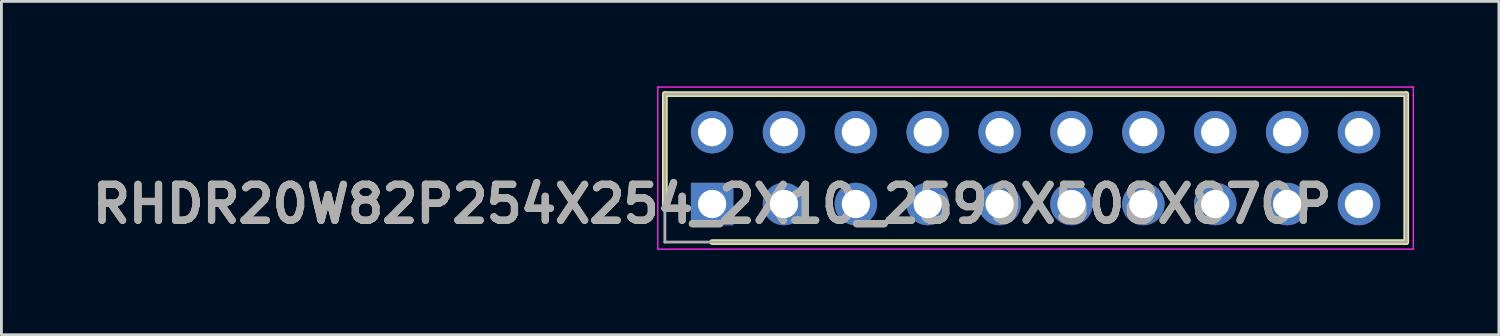
<source format=kicad_pcb>
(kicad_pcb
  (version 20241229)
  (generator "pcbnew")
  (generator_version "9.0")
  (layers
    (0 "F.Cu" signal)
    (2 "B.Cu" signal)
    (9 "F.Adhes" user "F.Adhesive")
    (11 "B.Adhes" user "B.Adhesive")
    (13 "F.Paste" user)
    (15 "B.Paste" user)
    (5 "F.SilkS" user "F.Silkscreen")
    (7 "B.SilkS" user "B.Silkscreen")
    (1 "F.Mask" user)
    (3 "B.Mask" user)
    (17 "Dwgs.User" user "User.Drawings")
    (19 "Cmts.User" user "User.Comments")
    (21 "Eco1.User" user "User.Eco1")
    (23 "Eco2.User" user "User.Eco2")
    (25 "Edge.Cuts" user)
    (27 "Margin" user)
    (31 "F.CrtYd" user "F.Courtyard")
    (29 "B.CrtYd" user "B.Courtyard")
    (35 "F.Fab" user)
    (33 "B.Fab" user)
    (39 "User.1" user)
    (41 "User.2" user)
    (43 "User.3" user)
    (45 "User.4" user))
  (footprint "RHDR20W82P254X254_2X10_2590X508X870P"
    (layer "F.Cu")
    (at 22.116 4.16)
    (property "Reference" "RHDR20W82P254X254_2X10_2590X508X870P" (at 0 0 0) (layer "F.SilkS") (effects (font (size 1.27 1.27) (thickness 0.254))))
    (attr through_hole)
    (fp_line (start -1.67 -3.885) (end -1.67 0) (stroke (width 0.2) (type solid)) (layer "F.SilkS"))
    (fp_line (start 0 1.345) (end 24.53 1.345) (stroke (width 0.2) (type solid)) (layer "F.SilkS"))
    (fp_line (start 24.53 -3.885) (end -1.67 -3.885) (stroke (width 0.2) (type solid)) (layer "F.SilkS"))
    (fp_line (start 24.53 1.345) (end 24.53 -3.885) (stroke (width 0.2) (type solid)) (layer "F.SilkS"))
    (fp_line (start -1.92 -4.135) (end 24.78 -4.135) (stroke (width 0.05) (type solid)) (layer "F.CrtYd"))
    (fp_line (start -1.92 1.595) (end -1.92 -4.135) (stroke (width 0.05) (type solid)) (layer "F.CrtYd"))
    (fp_line (start 24.78 -4.135) (end 24.78 1.595) (stroke (width 0.05) (type solid)) (layer "F.CrtYd"))
    (fp_line (start 24.78 1.595) (end -1.92 1.595) (stroke (width 0.05) (type solid)) (layer "F.CrtYd"))
    (fp_line (start -1.67 -3.885) (end 24.53 -3.885) (stroke (width 0.1) (type solid)) (layer "F.Fab"))
    (fp_line (start -1.67 1.345) (end -1.67 -3.885) (stroke (width 0.1) (type solid)) (layer "F.Fab"))
    (fp_line (start 24.53 -3.885) (end 24.53 1.345) (stroke (width 0.1) (type solid)) (layer "F.Fab"))
    (fp_line (start 24.53 1.345) (end -1.67 1.345) (stroke (width 0.1) (type solid)) (layer "F.Fab"))
    (fp_text user "${REFERENCE}" (at 0 0 0) (layer "F.Fab") (effects (font (size 1.27 1.27) (thickness 0.254))))
    (pad "1" thru_hole rect (at 0 0) (size 1.5 1.5) (drill 1) (layers "*.Cu" "*.Mask"))
    (pad "2" thru_hole circle (at 0 -2.54) (size 1.5 1.5) (drill 1) (layers "*.Cu" "*.Mask"))
    (pad "3" thru_hole circle (at 2.54 0) (size 1.5 1.5) (drill 1) (layers "*.Cu" "*.Mask"))
    (pad "4" thru_hole circle (at 2.54 -2.54) (size 1.5 1.5) (drill 1) (layers "*.Cu" "*.Mask"))
    (pad "5" thru_hole circle (at 5.08 0) (size 1.5 1.5) (drill 1) (layers "*.Cu" "*.Mask"))
    (pad "6" thru_hole circle (at 5.08 -2.54) (size 1.5 1.5) (drill 1) (layers "*.Cu" "*.Mask"))
    (pad "7" thru_hole circle (at 7.62 0) (size 1.5 1.5) (drill 1) (layers "*.Cu" "*.Mask"))
    (pad "8" thru_hole circle (at 7.62 -2.54) (size 1.5 1.5) (drill 1) (layers "*.Cu" "*.Mask"))
    (pad "9" thru_hole circle (at 10.16 0) (size 1.5 1.5) (drill 1) (layers "*.Cu" "*.Mask"))
    (pad "10" thru_hole circle (at 10.16 -2.54) (size 1.5 1.5) (drill 1) (layers "*.Cu" "*.Mask"))
    (pad "11" thru_hole circle (at 12.7 0) (size 1.5 1.5) (drill 1) (layers "*.Cu" "*.Mask"))
    (pad "12" thru_hole circle (at 12.7 -2.54) (size 1.5 1.5) (drill 1) (layers "*.Cu" "*.Mask"))
    (pad "13" thru_hole circle (at 15.24 0) (size 1.5 1.5) (drill 1) (layers "*.Cu" "*.Mask"))
    (pad "14" thru_hole circle (at 15.24 -2.54) (size 1.5 1.5) (drill 1) (layers "*.Cu" "*.Mask"))
    (pad "15" thru_hole circle (at 17.78 0) (size 1.5 1.5) (drill 1) (layers "*.Cu" "*.Mask"))
    (pad "16" thru_hole circle (at 17.78 -2.54) (size 1.5 1.5) (drill 1) (layers "*.Cu" "*.Mask"))
    (pad "17" thru_hole circle (at 20.32 0) (size 1.5 1.5) (drill 1) (layers "*.Cu" "*.Mask"))
    (pad "18" thru_hole circle (at 20.32 -2.54) (size 1.5 1.5) (drill 1) (layers "*.Cu" "*.Mask"))
    (pad "19" thru_hole circle (at 22.86 0) (size 1.5 1.5) (drill 1) (layers "*.Cu" "*.Mask"))
    (pad "20" thru_hole circle (at 22.86 -2.54) (size 1.5 1.5) (drill 1) (layers "*.Cu" "*.Mask")))
  (gr_rect
    (start -3 -3)
    (end 49.921 8.78)
    (stroke (width 0.1) (type default))
    (fill no)
    (layer "Edge.Cuts")))
</source>
